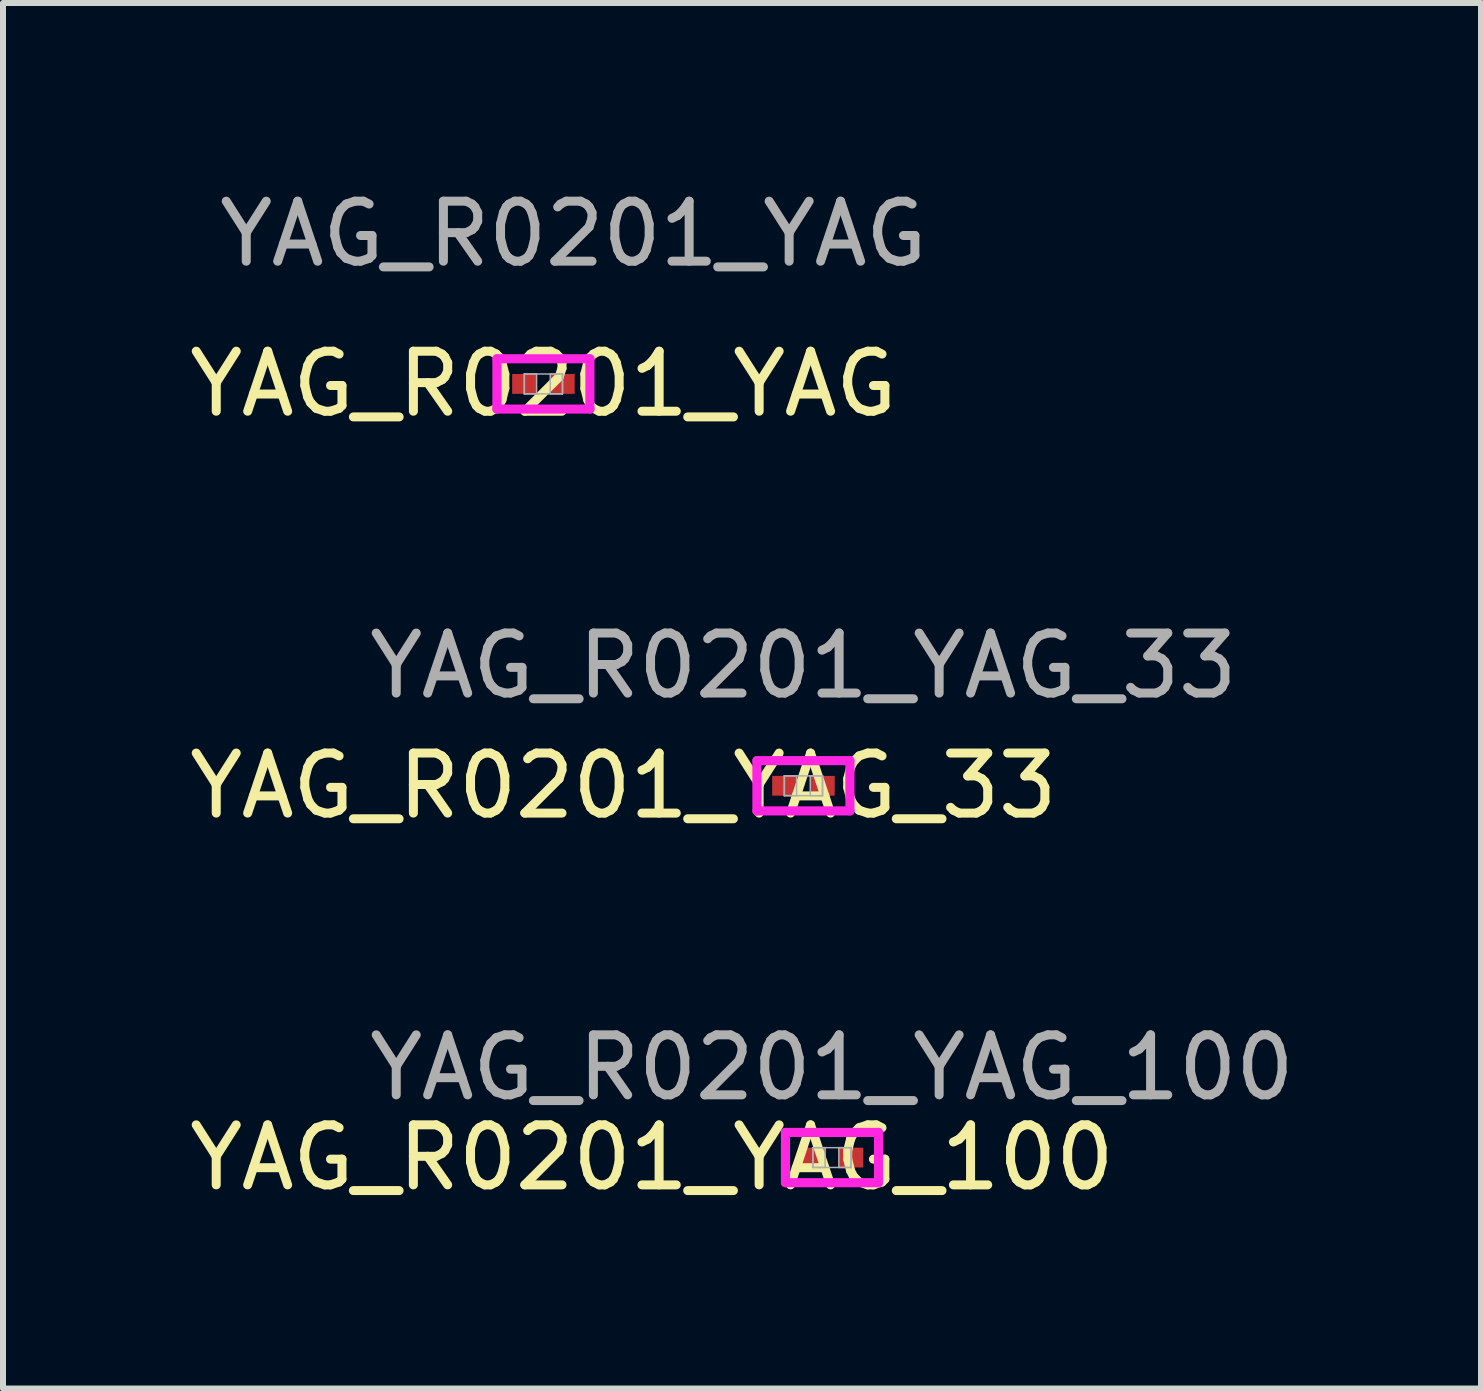
<source format=kicad_pcb>
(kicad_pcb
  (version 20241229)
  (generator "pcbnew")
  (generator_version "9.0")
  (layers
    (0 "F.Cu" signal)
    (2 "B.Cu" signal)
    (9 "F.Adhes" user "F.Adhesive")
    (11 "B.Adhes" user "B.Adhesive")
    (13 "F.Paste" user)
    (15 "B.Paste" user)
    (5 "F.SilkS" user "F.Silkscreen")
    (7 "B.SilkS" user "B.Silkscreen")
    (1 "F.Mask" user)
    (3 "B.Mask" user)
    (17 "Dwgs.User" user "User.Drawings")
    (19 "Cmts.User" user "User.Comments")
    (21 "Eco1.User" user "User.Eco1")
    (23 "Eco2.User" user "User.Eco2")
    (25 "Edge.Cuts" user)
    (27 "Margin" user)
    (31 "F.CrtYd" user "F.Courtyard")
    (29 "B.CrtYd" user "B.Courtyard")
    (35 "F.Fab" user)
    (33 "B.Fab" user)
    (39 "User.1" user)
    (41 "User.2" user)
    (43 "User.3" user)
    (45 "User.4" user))
  (footprint "YAG_R0201_YAG_100"
    (layer "F.Cu")
    (at 10.815 16.241)
    (property "Reference" "YAG_R0201_YAG_100" (at -3 0 0) (unlocked yes) (layer "F.SilkS") (effects (font (size 1 1) (thickness 0.15))))
    (attr smd)
    (fp_line (start -0.775 -0.419) (end 0.775 -0.419) (stroke (width 0.152) (type solid)) (layer "F.CrtYd"))
    (fp_line (start -0.775 0.419) (end -0.775 -0.419) (stroke (width 0.152) (type solid)) (layer "F.CrtYd"))
    (fp_line (start 0.775 -0.419) (end 0.775 0.419) (stroke (width 0.152) (type solid)) (layer "F.CrtYd"))
    (fp_line (start 0.775 0.419) (end -0.775 0.419) (stroke (width 0.152) (type solid)) (layer "F.CrtYd"))
    (fp_line (start -0.318 -0.165) (end -0.318 0.165) (stroke (width 0.025) (type solid)) (layer "F.Fab"))
    (fp_line (start -0.318 -0.165) (end -0.318 0.165) (stroke (width 0.025) (type solid)) (layer "F.Fab"))
    (fp_line (start -0.318 0.165) (end -0.114 0.165) (stroke (width 0.025) (type solid)) (layer "F.Fab"))
    (fp_line (start -0.318 0.165) (end 0.318 0.165) (stroke (width 0.025) (type solid)) (layer "F.Fab"))
    (fp_line (start -0.114 -0.165) (end -0.318 -0.165) (stroke (width 0.025) (type solid)) (layer "F.Fab"))
    (fp_line (start -0.114 0.165) (end -0.114 -0.165) (stroke (width 0.025) (type solid)) (layer "F.Fab"))
    (fp_line (start 0.114 -0.165) (end 0.114 0.165) (stroke (width 0.025) (type solid)) (layer "F.Fab"))
    (fp_line (start 0.114 0.165) (end 0.318 0.165) (stroke (width 0.025) (type solid)) (layer "F.Fab"))
    (fp_line (start 0.318 -0.165) (end -0.318 -0.165) (stroke (width 0.025) (type solid)) (layer "F.Fab"))
    (fp_line (start 0.318 -0.165) (end 0.114 -0.165) (stroke (width 0.025) (type solid)) (layer "F.Fab"))
    (fp_line (start 0.318 0.165) (end 0.318 -0.165) (stroke (width 0.025) (type solid)) (layer "F.Fab"))
    (fp_line (start 0.318 0.165) (end 0.318 -0.165) (stroke (width 0.025) (type solid)) (layer "F.Fab"))
    (fp_text user "${REFERENCE}" (at 0 -1.5 0) (unlocked yes) (layer "F.Fab") (effects (font (size 1 1) (thickness 0.15))))
    (pad "1" smd rect (at -0.318 0) (size 0.406 0.33) (layers "F.Cu" "F.Mask" "F.Paste"))
    (pad "2" smd rect (at 0.318 0) (size 0.406 0.33) (layers "F.Cu" "F.Mask" "F.Paste"))
    (zone (net_name "") (layer "F.Cu") (hatch full 0.508) (connect_pads) (min_thickness 0.254) (filled_areas_thickness no) (keepout (tracks not_allowed) (vias not_allowed) (pads allowed) (copperpour not_allowed) (footprints allowed)) (placement (enabled no)) (fill) (polygon (pts (xy 10.752 16.127) (xy 10.879 16.127) (xy 10.879 16.356) (xy 10.752 16.356)))))
  (footprint "YAG_R0201_YAG"
    (layer "F.Cu")
    (at 6.006 3.348)
    (property "Reference" "YAG_R0201_YAG" (at 0 0 0) (unlocked yes) (layer "F.SilkS") (effects (font (size 1 1) (thickness 0.15))))
    (attr smd)
    (fp_line (start -0.775 -0.419) (end 0.775 -0.419) (stroke (width 0.152) (type solid)) (layer "F.CrtYd"))
    (fp_line (start -0.775 0.419) (end -0.775 -0.419) (stroke (width 0.152) (type solid)) (layer "F.CrtYd"))
    (fp_line (start 0.775 -0.419) (end 0.775 0.419) (stroke (width 0.152) (type solid)) (layer "F.CrtYd"))
    (fp_line (start 0.775 0.419) (end -0.775 0.419) (stroke (width 0.152) (type solid)) (layer "F.CrtYd"))
    (fp_line (start -0.318 -0.165) (end -0.318 0.165) (stroke (width 0.025) (type solid)) (layer "F.Fab"))
    (fp_line (start -0.318 -0.165) (end -0.318 0.165) (stroke (width 0.025) (type solid)) (layer "F.Fab"))
    (fp_line (start -0.318 0.165) (end -0.114 0.165) (stroke (width 0.025) (type solid)) (layer "F.Fab"))
    (fp_line (start -0.318 0.165) (end 0.318 0.165) (stroke (width 0.025) (type solid)) (layer "F.Fab"))
    (fp_line (start -0.114 -0.165) (end -0.318 -0.165) (stroke (width 0.025) (type solid)) (layer "F.Fab"))
    (fp_line (start -0.114 0.165) (end -0.114 -0.165) (stroke (width 0.025) (type solid)) (layer "F.Fab"))
    (fp_line (start 0.114 -0.165) (end 0.114 0.165) (stroke (width 0.025) (type solid)) (layer "F.Fab"))
    (fp_line (start 0.114 0.165) (end 0.318 0.165) (stroke (width 0.025) (type solid)) (layer "F.Fab"))
    (fp_line (start 0.318 -0.165) (end -0.318 -0.165) (stroke (width 0.025) (type solid)) (layer "F.Fab"))
    (fp_line (start 0.318 -0.165) (end 0.114 -0.165) (stroke (width 0.025) (type solid)) (layer "F.Fab"))
    (fp_line (start 0.318 0.165) (end 0.318 -0.165) (stroke (width 0.025) (type solid)) (layer "F.Fab"))
    (fp_line (start 0.318 0.165) (end 0.318 -0.165) (stroke (width 0.025) (type solid)) (layer "F.Fab"))
    (fp_text user "${REFERENCE}" (at 0.5 -2.5 0) (unlocked yes) (layer "F.Fab") (effects (font (size 1 1) (thickness 0.15))))
    (pad "1" smd rect (at -0.318 0) (size 0.406 0.33) (layers "F.Cu" "F.Mask" "F.Paste"))
    (pad "2" smd rect (at 0.318 0) (size 0.406 0.33) (layers "F.Cu" "F.Mask" "F.Paste"))
    (zone (net_name "") (layer "F.Cu") (hatch full 0.508) (connect_pads) (min_thickness 0.254) (filled_areas_thickness no) (keepout (tracks not_allowed) (vias not_allowed) (pads allowed) (copperpour not_allowed) (footprints allowed)) (placement (enabled no)) (fill) (polygon (pts (xy 5.942 3.234) (xy 6.069 3.234) (xy 6.069 3.463) (xy 5.942 3.463)))))
  (footprint "YAG_R0201_YAG_33"
    (layer "F.Cu")
    (at 10.339 10.045)
    (property "Reference" "YAG_R0201_YAG_33" (at -3 0 0) (unlocked yes) (layer "F.SilkS") (effects (font (size 1 1) (thickness 0.15))))
    (attr smd)
    (fp_line (start -0.775 -0.419) (end 0.775 -0.419) (stroke (width 0.152) (type solid)) (layer "F.CrtYd"))
    (fp_line (start -0.775 0.419) (end -0.775 -0.419) (stroke (width 0.152) (type solid)) (layer "F.CrtYd"))
    (fp_line (start 0.775 -0.419) (end 0.775 0.419) (stroke (width 0.152) (type solid)) (layer "F.CrtYd"))
    (fp_line (start 0.775 0.419) (end -0.775 0.419) (stroke (width 0.152) (type solid)) (layer "F.CrtYd"))
    (fp_line (start -0.318 -0.165) (end -0.318 0.165) (stroke (width 0.025) (type solid)) (layer "F.Fab"))
    (fp_line (start -0.318 -0.165) (end -0.318 0.165) (stroke (width 0.025) (type solid)) (layer "F.Fab"))
    (fp_line (start -0.318 0.165) (end -0.114 0.165) (stroke (width 0.025) (type solid)) (layer "F.Fab"))
    (fp_line (start -0.318 0.165) (end 0.318 0.165) (stroke (width 0.025) (type solid)) (layer "F.Fab"))
    (fp_line (start -0.114 -0.165) (end -0.318 -0.165) (stroke (width 0.025) (type solid)) (layer "F.Fab"))
    (fp_line (start -0.114 0.165) (end -0.114 -0.165) (stroke (width 0.025) (type solid)) (layer "F.Fab"))
    (fp_line (start 0.114 -0.165) (end 0.114 0.165) (stroke (width 0.025) (type solid)) (layer "F.Fab"))
    (fp_line (start 0.114 0.165) (end 0.318 0.165) (stroke (width 0.025) (type solid)) (layer "F.Fab"))
    (fp_line (start 0.318 -0.165) (end -0.318 -0.165) (stroke (width 0.025) (type solid)) (layer "F.Fab"))
    (fp_line (start 0.318 -0.165) (end 0.114 -0.165) (stroke (width 0.025) (type solid)) (layer "F.Fab"))
    (fp_line (start 0.318 0.165) (end 0.318 -0.165) (stroke (width 0.025) (type solid)) (layer "F.Fab"))
    (fp_line (start 0.318 0.165) (end 0.318 -0.165) (stroke (width 0.025) (type solid)) (layer "F.Fab"))
    (fp_text user "${REFERENCE}" (at 0 -2 0) (unlocked yes) (layer "F.Fab") (effects (font (size 1 1) (thickness 0.15))))
    (pad "1" smd rect (at -0.318 0) (size 0.406 0.33) (layers "F.Cu" "F.Mask" "F.Paste"))
    (pad "2" smd rect (at 0.318 0) (size 0.406 0.33) (layers "F.Cu" "F.Mask" "F.Paste"))
    (zone (net_name "") (layer "F.Cu") (hatch full 0.508) (connect_pads) (min_thickness 0.254) (filled_areas_thickness no) (keepout (tracks not_allowed) (vias not_allowed) (pads allowed) (copperpour not_allowed) (footprints allowed)) (placement (enabled no)) (fill) (polygon (pts (xy 10.276 9.93) (xy 10.403 9.93) (xy 10.403 10.159) (xy 10.276 10.159)))))
  (gr_rect
    (start -3 -3)
    (end 21.631 20.09)
    (stroke (width 0.1) (type default))
    (fill no)
    (layer "Edge.Cuts")))
</source>
